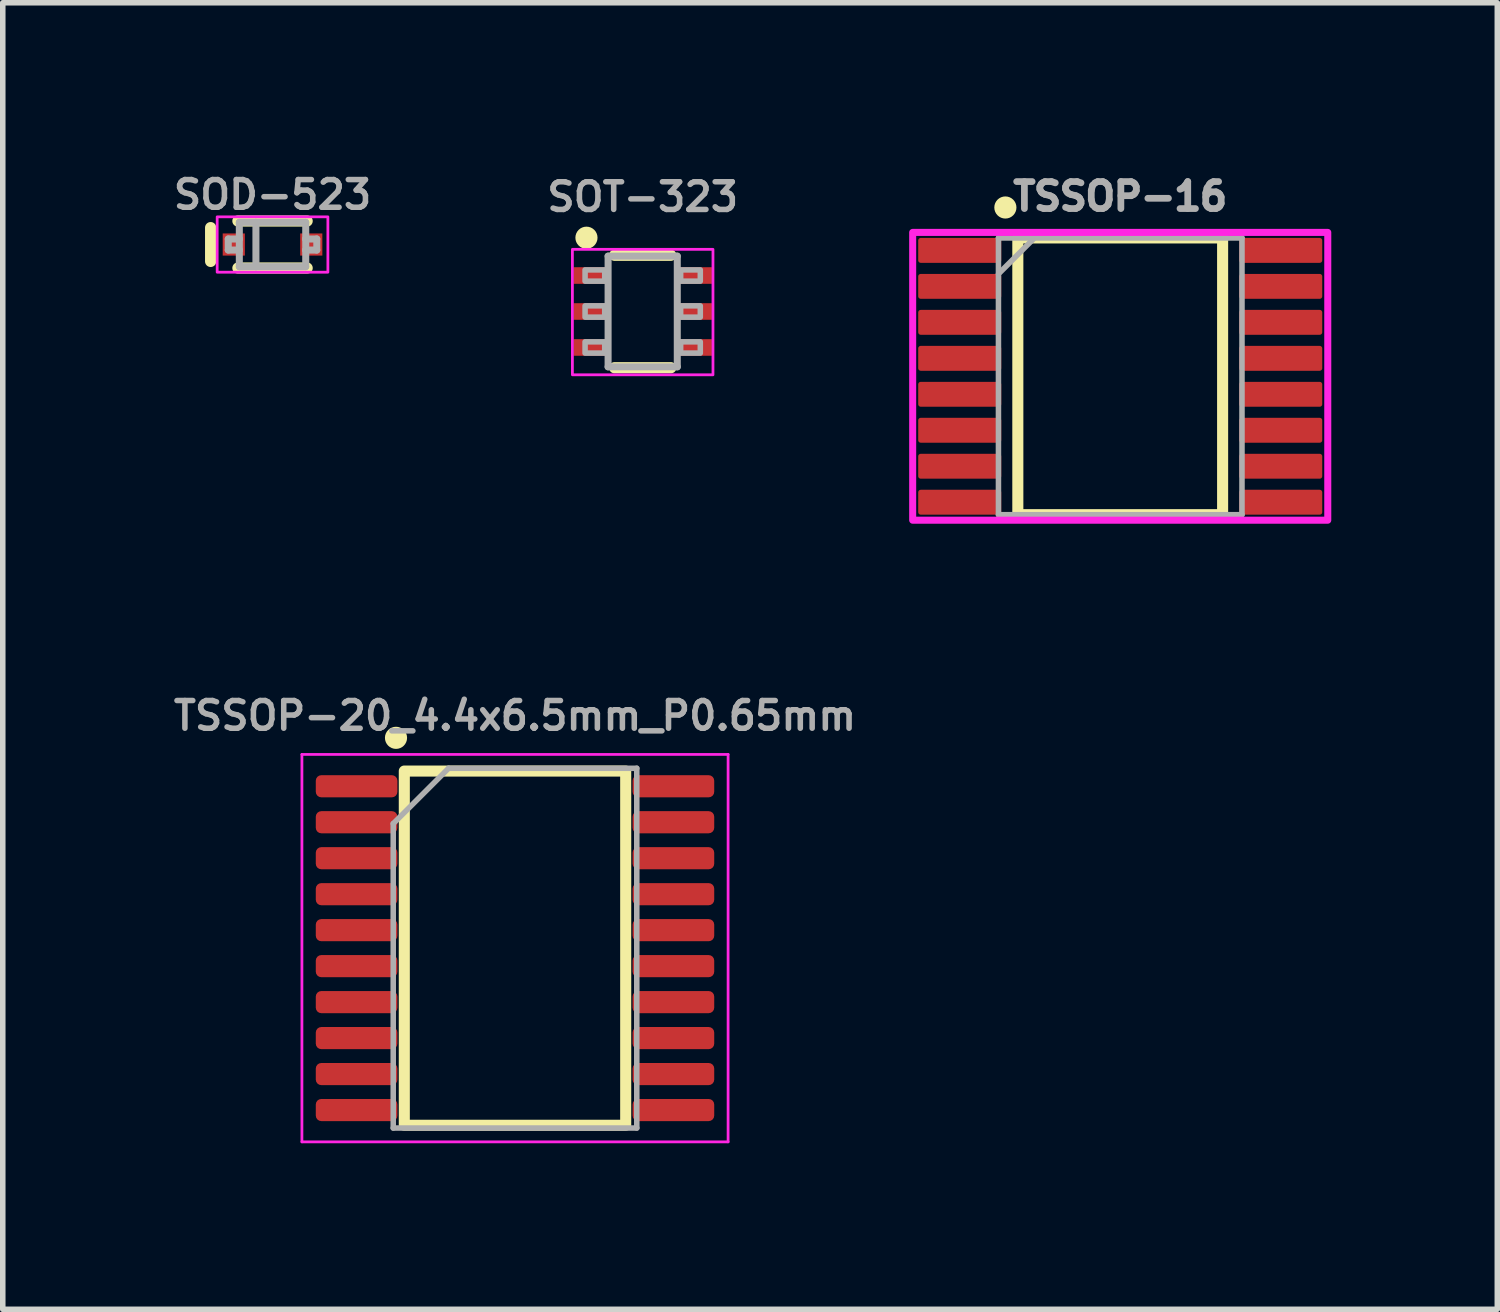
<source format=kicad_pcb>
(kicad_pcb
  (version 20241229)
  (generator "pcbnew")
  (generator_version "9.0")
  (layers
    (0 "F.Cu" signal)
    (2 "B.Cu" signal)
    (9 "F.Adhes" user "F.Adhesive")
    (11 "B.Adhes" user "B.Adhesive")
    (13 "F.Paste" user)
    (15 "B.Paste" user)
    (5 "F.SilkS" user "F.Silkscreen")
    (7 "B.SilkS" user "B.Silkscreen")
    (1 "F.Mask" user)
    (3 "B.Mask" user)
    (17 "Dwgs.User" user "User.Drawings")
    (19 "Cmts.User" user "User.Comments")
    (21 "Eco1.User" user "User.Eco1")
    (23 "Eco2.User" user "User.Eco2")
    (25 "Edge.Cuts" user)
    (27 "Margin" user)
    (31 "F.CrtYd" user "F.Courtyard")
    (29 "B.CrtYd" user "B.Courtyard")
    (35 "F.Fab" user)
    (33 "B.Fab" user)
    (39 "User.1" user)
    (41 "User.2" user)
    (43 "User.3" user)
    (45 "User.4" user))
  (footprint "SOD-523"
    (layer "F.Cu")
    (at 1.874 1.368)
    (property "Reference" "SOD-523" (at 0 -0.9 0) (layer "F.Fab") (effects (font (size 0.5 0.5) (thickness 0.1) (bold yes))))
    (attr smd)
    (fp_line (start -1.118 0.305) (end -1.118 -0.305) (stroke (width 0.203) (type solid)) (layer "F.SilkS"))
    (fp_line (start -0.625 0.425) (end 0.625 0.425) (stroke (width 0.203) (type solid)) (layer "F.SilkS"))
    (fp_line (start 0.625 -0.425) (end -0.625 -0.425) (stroke (width 0.203) (type solid)) (layer "F.SilkS"))
    (fp_rect (start -1 -0.5) (end 1 0.5) (stroke (width 0.05) (type default)) (fill no) (layer "F.CrtYd"))
    (fp_line (start -0.8 -0.1) (end -0.6 -0.1) (stroke (width 0.127) (type solid)) (layer "F.Fab"))
    (fp_line (start -0.8 0.1) (end -0.8 -0.1) (stroke (width 0.127) (type solid)) (layer "F.Fab"))
    (fp_line (start -0.6 -0.4) (end -0.6 -0.1) (stroke (width 0.127) (type solid)) (layer "F.Fab"))
    (fp_line (start -0.6 -0.1) (end -0.6 0.1) (stroke (width 0.127) (type solid)) (layer "F.Fab"))
    (fp_line (start -0.6 0.1) (end -0.8 0.1) (stroke (width 0.127) (type solid)) (layer "F.Fab"))
    (fp_line (start -0.6 0.1) (end -0.6 0.4) (stroke (width 0.127) (type solid)) (layer "F.Fab"))
    (fp_line (start -0.6 0.4) (end -0.3 0.4) (stroke (width 0.127) (type solid)) (layer "F.Fab"))
    (fp_line (start -0.3 -0.4) (end -0.6 -0.4) (stroke (width 0.127) (type solid)) (layer "F.Fab"))
    (fp_line (start -0.3 0.4) (end -0.3 -0.4) (stroke (width 0.127) (type solid)) (layer "F.Fab"))
    (fp_line (start -0.3 0.4) (end 0.6 0.4) (stroke (width 0.127) (type solid)) (layer "F.Fab"))
    (fp_line (start 0.6 -0.4) (end -0.3 -0.4) (stroke (width 0.127) (type solid)) (layer "F.Fab"))
    (fp_line (start 0.6 -0.1) (end 0.6 -0.4) (stroke (width 0.127) (type solid)) (layer "F.Fab"))
    (fp_line (start 0.6 -0.1) (end 0.8 -0.1) (stroke (width 0.127) (type solid)) (layer "F.Fab"))
    (fp_line (start 0.6 0.1) (end 0.6 -0.1) (stroke (width 0.127) (type solid)) (layer "F.Fab"))
    (fp_line (start 0.6 0.1) (end 0.8 0.1) (stroke (width 0.127) (type solid)) (layer "F.Fab"))
    (fp_line (start 0.6 0.4) (end 0.6 0.1) (stroke (width 0.127) (type solid)) (layer "F.Fab"))
    (fp_line (start 0.8 0.1) (end 0.8 -0.1) (stroke (width 0.127) (type solid)) (layer "F.Fab"))
    (pad "1" smd rect (at -0.7 0 180) (size 0.4 0.4) (layers "F.Cu" "F.Mask" "F.Paste"))
    (pad "2" smd rect (at 0.7 0 180) (size 0.4 0.4) (layers "F.Cu" "F.Mask" "F.Paste")))
  (footprint "TSSOP-16"
    (layer "F.Cu")
    (at 17.19 3.749)
    (property "Reference" "TSSOP-16" (at 0 -3.25 0) (layer "F.Fab") (effects (font (size 0.488 0.488) (thickness 0.122) (bold yes))))
    (attr smd)
    (fp_line (start -1.85 -2.5) (end 1.85 -2.5) (stroke (width 0.2) (type solid)) (layer "F.SilkS"))
    (fp_line (start -1.85 2.5) (end -1.85 -2.5) (stroke (width 0.2) (type solid)) (layer "F.SilkS"))
    (fp_line (start 1.85 -2.5) (end 1.85 2.5) (stroke (width 0.2) (type solid)) (layer "F.SilkS"))
    (fp_line (start 1.85 2.5) (end -1.85 2.5) (stroke (width 0.2) (type solid)) (layer "F.SilkS"))
    (fp_circle (center -2.075 -3.05) (end -1.975 -3.05) (stroke (width 0.2) (type default)) (fill no) (layer "F.SilkS"))
    (fp_rect (start -3.75 -2.6) (end 3.75 2.6) (stroke (width 0.127) (type default)) (fill no) (layer "F.CrtYd"))
    (fp_line (start -2.2 -2.5) (end 2.2 -2.5) (stroke (width 0.1) (type solid)) (layer "F.Fab"))
    (fp_line (start -2.2 -1.85) (end -1.55 -2.5) (stroke (width 0.1) (type solid)) (layer "F.Fab"))
    (fp_line (start -2.2 2.5) (end -2.2 -2.5) (stroke (width 0.1) (type solid)) (layer "F.Fab"))
    (fp_line (start 2.2 -2.5) (end 2.2 2.5) (stroke (width 0.1) (type solid)) (layer "F.Fab"))
    (fp_line (start 2.2 2.5) (end -2.2 2.5) (stroke (width 0.1) (type solid)) (layer "F.Fab"))
    (pad "1" smd roundrect (at -2.9 -2.275) (size 1.5 0.45) (layers "F.Cu" "F.Mask" "F.Paste") (roundrect_rratio 0.1))
    (pad "2" smd roundrect (at -2.9 -1.625) (size 1.5 0.45) (layers "F.Cu" "F.Mask" "F.Paste") (roundrect_rratio 0.1))
    (pad "3" smd roundrect (at -2.9 -0.975) (size 1.5 0.45) (layers "F.Cu" "F.Mask" "F.Paste") (roundrect_rratio 0.1))
    (pad "4" smd roundrect (at -2.9 -0.325) (size 1.5 0.45) (layers "F.Cu" "F.Mask" "F.Paste") (roundrect_rratio 0.1))
    (pad "5" smd roundrect (at -2.9 0.325) (size 1.5 0.45) (layers "F.Cu" "F.Mask" "F.Paste") (roundrect_rratio 0.1))
    (pad "6" smd roundrect (at -2.9 0.975) (size 1.5 0.45) (layers "F.Cu" "F.Mask" "F.Paste") (roundrect_rratio 0.1))
    (pad "7" smd roundrect (at -2.9 1.625) (size 1.5 0.45) (layers "F.Cu" "F.Mask" "F.Paste") (roundrect_rratio 0.1))
    (pad "8" smd roundrect (at -2.9 2.275) (size 1.5 0.45) (layers "F.Cu" "F.Mask" "F.Paste") (roundrect_rratio 0.1))
    (pad "9" smd roundrect (at 2.9 2.275) (size 1.5 0.45) (layers "F.Cu" "F.Mask" "F.Paste") (roundrect_rratio 0.1))
    (pad "10" smd roundrect (at 2.9 1.625) (size 1.5 0.45) (layers "F.Cu" "F.Mask" "F.Paste") (roundrect_rratio 0.1))
    (pad "11" smd roundrect (at 2.9 0.975) (size 1.5 0.45) (layers "F.Cu" "F.Mask" "F.Paste") (roundrect_rratio 0.1))
    (pad "12" smd roundrect (at 2.9 0.325) (size 1.5 0.45) (layers "F.Cu" "F.Mask" "F.Paste") (roundrect_rratio 0.1))
    (pad "13" smd roundrect (at 2.9 -0.325) (size 1.5 0.45) (layers "F.Cu" "F.Mask" "F.Paste") (roundrect_rratio 0.1))
    (pad "14" smd roundrect (at 2.9 -0.975) (size 1.5 0.45) (layers "F.Cu" "F.Mask" "F.Paste") (roundrect_rratio 0.1))
    (pad "15" smd roundrect (at 2.9 -1.625) (size 1.5 0.45) (layers "F.Cu" "F.Mask" "F.Paste") (roundrect_rratio 0.1))
    (pad "16" smd roundrect (at 2.9 -2.275) (size 1.5 0.45) (layers "F.Cu" "F.Mask" "F.Paste") (roundrect_rratio 0.1)))
  (footprint "SOT-323"
    (layer "F.Cu")
    (at 8.562 2.578)
    (property "Reference" "SOT-323" (at 0 -1.778 0) (layer "F.Fab") (effects (font (size 0.5 0.5) (thickness 0.1)) (justify bottom)))
    (attr smd)
    (fp_line (start 0.508 -1.016) (end -0.508 -1.016) (stroke (width 0.203) (type solid)) (layer "F.SilkS"))
    (fp_line (start 0.508 1.016) (end -0.508 1.016) (stroke (width 0.203) (type solid)) (layer "F.SilkS"))
    (fp_circle (center -1.016 -1.333) (end -0.916 -1.333) (stroke (width 0.2) (type solid)) (fill yes) (layer "F.SilkS"))
    (fp_rect (start 1.27 -1.123) (end -1.27 1.144) (stroke (width 0.05) (type default)) (fill no) (layer "F.CrtYd"))
    (fp_line (start -0.625 -1) (end -0.625 1) (stroke (width 0.127) (type solid)) (layer "F.Fab"))
    (fp_line (start -0.625 1) (end 0.625 1) (stroke (width 0.127) (type solid)) (layer "F.Fab"))
    (fp_line (start 0.625 -1) (end -0.625 -1) (stroke (width 0.127) (type solid)) (layer "F.Fab"))
    (fp_line (start 0.625 1) (end 0.625 -1) (stroke (width 0.127) (type solid)) (layer "F.Fab"))
    (fp_poly (pts (xy -1.041 -0.752) (xy -1.041 -0.548) (xy -0.686 -0.548) (xy -0.686 -0.752)) (stroke (width 0.1) (type default)) (fill no) (layer "F.Fab"))
    (fp_poly (pts (xy -1.041 -0.102) (xy -1.041 0.102) (xy -0.686 0.102) (xy -0.686 -0.102)) (stroke (width 0.1) (type default)) (fill no) (layer "F.Fab"))
    (fp_poly (pts (xy -1.041 0.548) (xy -1.041 0.752) (xy -0.686 0.752) (xy -0.686 0.548)) (stroke (width 0.1) (type default)) (fill no) (layer "F.Fab"))
    (fp_poly (pts (xy 0.686 -0.752) (xy 0.686 -0.548) (xy 1.041 -0.548) (xy 1.041 -0.752)) (stroke (width 0.1) (type default)) (fill no) (layer "F.Fab"))
    (fp_poly (pts (xy 0.686 -0.102) (xy 0.686 0.102) (xy 1.041 0.102) (xy 1.041 -0.102)) (stroke (width 0.1) (type default)) (fill no) (layer "F.Fab"))
    (fp_poly (pts (xy 0.686 0.548) (xy 0.686 0.752) (xy 1.041 0.752) (xy 1.041 0.548)) (stroke (width 0.1) (type default)) (fill no) (layer "F.Fab"))
    (pad "1" smd rect (at -0.92 -0.65 90) (size 0.3 0.66) (layers "F.Cu" "F.Mask" "F.Paste"))
    (pad "2" smd rect (at -0.92 0 90) (size 0.3 0.66) (layers "F.Cu" "F.Mask" "F.Paste"))
    (pad "3" smd rect (at -0.92 0.65 90) (size 0.3 0.66) (layers "F.Cu" "F.Mask" "F.Paste"))
    (pad "4" smd rect (at 0.92 0.65 90) (size 0.3 0.66) (layers "F.Cu" "F.Mask" "F.Paste"))
    (pad "5" smd rect (at 0.92 0 90) (size 0.3 0.66) (layers "F.Cu" "F.Mask" "F.Paste"))
    (pad "6" smd rect (at 0.92 -0.65 90) (size 0.3 0.66) (layers "F.Cu" "F.Mask" "F.Paste")))
  (footprint "TSSOP-20_4.4x6.5mm_P0.65mm"
    (layer "F.Cu")
    (at 6.255 14.081)
    (property "Reference" "TSSOP-20_4.4x6.5mm_P0.65mm" (at 0 -4.2 0) (layer "F.Fab") (effects (font (size 0.5 0.5) (thickness 0.1))))
    (attr smd)
    (fp_rect (start -2 -3.2) (end 2 3.2) (stroke (width 0.2) (type default)) (fill no) (layer "F.SilkS"))
    (fp_circle (center -2.15 -3.8) (end -2.05 -3.8) (stroke (width 0.2) (type default)) (fill no) (layer "F.SilkS"))
    (fp_line (start -3.85 -3.5) (end -3.85 3.5) (stroke (width 0.05) (type solid)) (layer "F.CrtYd"))
    (fp_line (start -3.85 3.5) (end 3.85 3.5) (stroke (width 0.05) (type solid)) (layer "F.CrtYd"))
    (fp_line (start 3.85 -3.5) (end -3.85 -3.5) (stroke (width 0.05) (type solid)) (layer "F.CrtYd"))
    (fp_line (start 3.85 3.5) (end 3.85 -3.5) (stroke (width 0.05) (type solid)) (layer "F.CrtYd"))
    (fp_line (start -2.2 -2.25) (end -1.2 -3.25) (stroke (width 0.1) (type solid)) (layer "F.Fab"))
    (fp_line (start -2.2 3.25) (end -2.2 -2.25) (stroke (width 0.1) (type solid)) (layer "F.Fab"))
    (fp_line (start -1.2 -3.25) (end 2.2 -3.25) (stroke (width 0.1) (type solid)) (layer "F.Fab"))
    (fp_line (start 2.2 -3.25) (end 2.2 3.25) (stroke (width 0.1) (type solid)) (layer "F.Fab"))
    (fp_line (start 2.2 3.25) (end -2.2 3.25) (stroke (width 0.1) (type solid)) (layer "F.Fab"))
    (pad "1" smd roundrect (at -2.862 -2.925) (size 1.475 0.4) (layers "F.Cu" "F.Mask" "F.Paste") (roundrect_rratio 0.25))
    (pad "2" smd roundrect (at -2.862 -2.275) (size 1.475 0.4) (layers "F.Cu" "F.Mask" "F.Paste") (roundrect_rratio 0.25))
    (pad "3" smd roundrect (at -2.862 -1.625) (size 1.475 0.4) (layers "F.Cu" "F.Mask" "F.Paste") (roundrect_rratio 0.25))
    (pad "4" smd roundrect (at -2.862 -0.975) (size 1.475 0.4) (layers "F.Cu" "F.Mask" "F.Paste") (roundrect_rratio 0.25))
    (pad "5" smd roundrect (at -2.862 -0.325) (size 1.475 0.4) (layers "F.Cu" "F.Mask" "F.Paste") (roundrect_rratio 0.25))
    (pad "6" smd roundrect (at -2.862 0.325) (size 1.475 0.4) (layers "F.Cu" "F.Mask" "F.Paste") (roundrect_rratio 0.25))
    (pad "7" smd roundrect (at -2.862 0.975) (size 1.475 0.4) (layers "F.Cu" "F.Mask" "F.Paste") (roundrect_rratio 0.25))
    (pad "8" smd roundrect (at -2.862 1.625) (size 1.475 0.4) (layers "F.Cu" "F.Mask" "F.Paste") (roundrect_rratio 0.25))
    (pad "9" smd roundrect (at -2.862 2.275) (size 1.475 0.4) (layers "F.Cu" "F.Mask" "F.Paste") (roundrect_rratio 0.25))
    (pad "10" smd roundrect (at -2.862 2.925) (size 1.475 0.4) (layers "F.Cu" "F.Mask" "F.Paste") (roundrect_rratio 0.25))
    (pad "11" smd roundrect (at 2.862 2.925) (size 1.475 0.4) (layers "F.Cu" "F.Mask" "F.Paste") (roundrect_rratio 0.25))
    (pad "12" smd roundrect (at 2.862 2.275) (size 1.475 0.4) (layers "F.Cu" "F.Mask" "F.Paste") (roundrect_rratio 0.25))
    (pad "13" smd roundrect (at 2.862 1.625) (size 1.475 0.4) (layers "F.Cu" "F.Mask" "F.Paste") (roundrect_rratio 0.25))
    (pad "14" smd roundrect (at 2.862 0.975) (size 1.475 0.4) (layers "F.Cu" "F.Mask" "F.Paste") (roundrect_rratio 0.25))
    (pad "15" smd roundrect (at 2.862 0.325) (size 1.475 0.4) (layers "F.Cu" "F.Mask" "F.Paste") (roundrect_rratio 0.25))
    (pad "16" smd roundrect (at 2.862 -0.325) (size 1.475 0.4) (layers "F.Cu" "F.Mask" "F.Paste") (roundrect_rratio 0.25))
    (pad "17" smd roundrect (at 2.862 -0.975) (size 1.475 0.4) (layers "F.Cu" "F.Mask" "F.Paste") (roundrect_rratio 0.25))
    (pad "18" smd roundrect (at 2.862 -1.625) (size 1.475 0.4) (layers "F.Cu" "F.Mask" "F.Paste") (roundrect_rratio 0.25))
    (pad "19" smd roundrect (at 2.862 -2.275) (size 1.475 0.4) (layers "F.Cu" "F.Mask" "F.Paste") (roundrect_rratio 0.25))
    (pad "20" smd roundrect (at 2.862 -2.925) (size 1.475 0.4) (layers "F.Cu" "F.Mask" "F.Paste") (roundrect_rratio 0.25)))
  (gr_rect
    (start -3 -3)
    (end 24.003 20.606)
    (stroke (width 0.1) (type default))
    (fill no)
    (layer "Edge.Cuts")))
</source>
